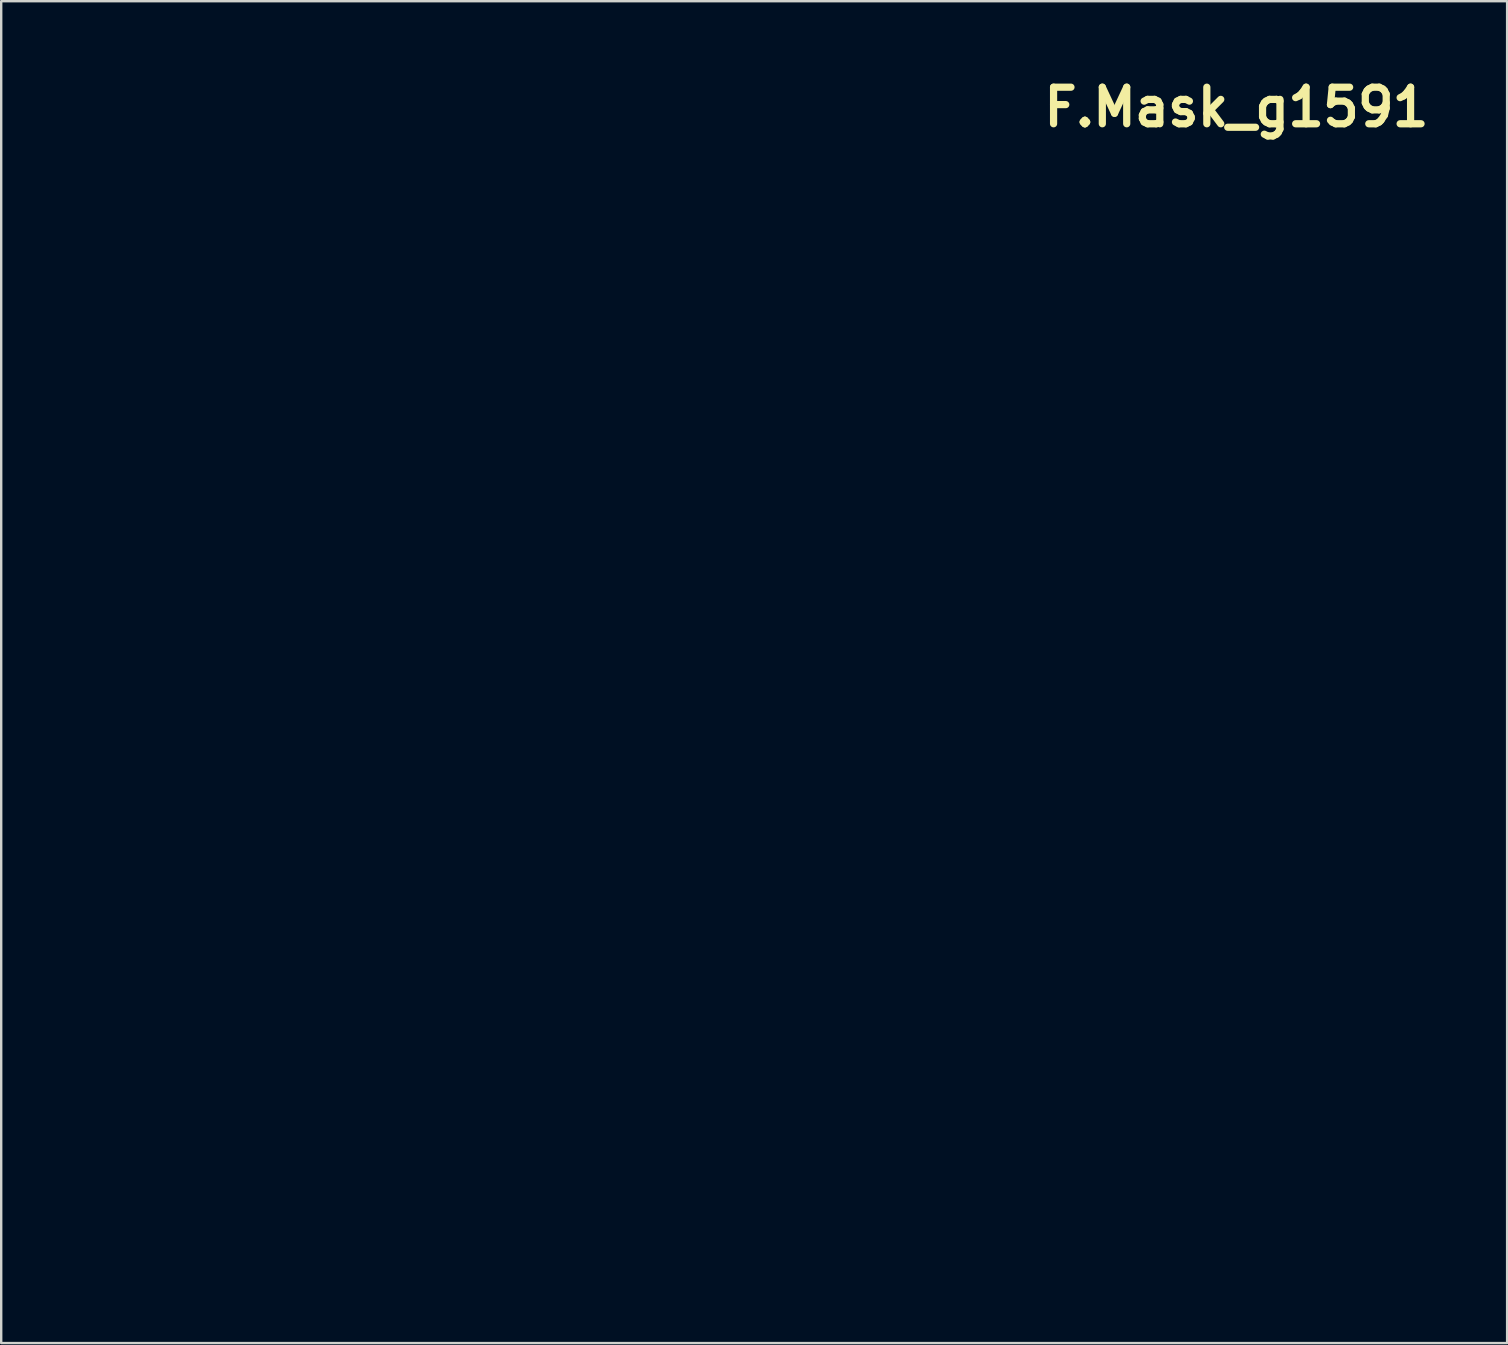
<source format=kicad_pcb>
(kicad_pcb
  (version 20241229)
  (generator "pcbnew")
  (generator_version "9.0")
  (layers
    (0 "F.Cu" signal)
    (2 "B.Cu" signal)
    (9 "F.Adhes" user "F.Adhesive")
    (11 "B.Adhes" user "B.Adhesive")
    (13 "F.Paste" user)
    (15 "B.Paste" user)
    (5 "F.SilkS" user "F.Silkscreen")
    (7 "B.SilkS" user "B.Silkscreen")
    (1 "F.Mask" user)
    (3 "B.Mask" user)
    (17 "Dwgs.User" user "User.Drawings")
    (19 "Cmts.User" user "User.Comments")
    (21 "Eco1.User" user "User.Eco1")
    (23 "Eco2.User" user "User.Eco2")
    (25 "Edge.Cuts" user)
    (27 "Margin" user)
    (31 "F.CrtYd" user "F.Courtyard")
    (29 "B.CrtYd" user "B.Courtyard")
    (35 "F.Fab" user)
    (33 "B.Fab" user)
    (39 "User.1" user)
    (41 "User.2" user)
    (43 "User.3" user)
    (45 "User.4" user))
  (footprint "F.Mask_g1591"
    (layer "F.Cu")
    (at 48.473 1.418)
    (property "Reference" "F.Mask_g1591" (at 0 0 0) (layer "F.SilkS") (effects (font (size 1.524 1.524) (thickness 0.3))))
    (attr through_hole)
    (fp_poly (pts (xy -19.891 12.311) (xy -19.627 12.415) (xy -19.4 12.592) (xy -19.218 12.836) (xy -19.169 12.933) (xy -19.071 13.145) (xy -19.05 15.976) (xy -19.029 18.807) (xy -17.765 17.436) (xy -17.491 17.14) (xy -17.225 16.856) (xy -16.975 16.59) (xy -16.748 16.352) (xy -16.552 16.149) (xy -16.394 15.989) (xy -16.282 15.879) (xy -16.242 15.842) (xy -16.031 15.682) (xy -15.835 15.586) (xy -15.624 15.545) (xy -15.376 15.548) (xy -15.096 15.608) (xy -14.864 15.733) (xy -14.687 15.919) (xy -14.572 16.157) (xy -14.528 16.403) (xy -14.528 16.568) (xy -14.553 16.726) (xy -14.607 16.885) (xy -14.697 17.054) (xy -14.828 17.239) (xy -15.005 17.45) (xy -15.233 17.692) (xy -15.517 17.975) (xy -15.76 18.208) (xy -15.958 18.397) (xy -16.133 18.567) (xy -16.276 18.708) (xy -16.379 18.812) (xy -16.433 18.871) (xy -16.439 18.881) (xy -16.416 18.92) (xy -16.353 19.024) (xy -16.254 19.187) (xy -16.123 19.401) (xy -15.965 19.659) (xy -15.783 19.956) (xy -15.583 20.283) (xy -15.367 20.633) (xy -15.311 20.724) (xy -15.025 21.19) (xy -14.78 21.589) (xy -14.573 21.928) (xy -14.4 22.213) (xy -14.259 22.45) (xy -14.147 22.646) (xy -14.059 22.805) (xy -13.994 22.934) (xy -13.948 23.04) (xy -13.917 23.128) (xy -13.898 23.204) (xy -13.889 23.274) (xy -13.886 23.345) (xy -13.886 23.421) (xy -13.886 23.424) (xy -13.922 23.739) (xy -14.023 24.011) (xy -14.183 24.235) (xy -14.391 24.403) (xy -14.64 24.508) (xy -14.922 24.543) (xy -15.155 24.517) (xy -15.307 24.476) (xy -15.44 24.422) (xy -15.494 24.391) (xy -15.566 24.327) (xy -15.655 24.225) (xy -15.765 24.08) (xy -15.897 23.889) (xy -16.055 23.647) (xy -16.242 23.349) (xy -16.46 22.991) (xy -16.714 22.568) (xy -17.005 22.076) (xy -17.024 22.045) (xy -17.221 21.711) (xy -17.405 21.401) (xy -17.571 21.122) (xy -17.716 20.881) (xy -17.835 20.686) (xy -17.923 20.545) (xy -17.976 20.464) (xy -17.989 20.447) (xy -18.026 20.476) (xy -18.111 20.555) (xy -18.236 20.675) (xy -18.39 20.826) (xy -18.53 20.966) (xy -19.046 21.484) (xy -19.059 22.585) (xy -19.063 22.92) (xy -19.067 23.181) (xy -19.073 23.381) (xy -19.081 23.53) (xy -19.092 23.639) (xy -19.108 23.721) (xy -19.128 23.786) (xy -19.155 23.846) (xy -19.171 23.876) (xy -19.354 24.147) (xy -19.579 24.351) (xy -19.837 24.484) (xy -20.119 24.542) (xy -20.416 24.521) (xy -20.544 24.488) (xy -20.772 24.372) (xy -20.972 24.187) (xy -21.13 23.944) (xy -21.172 23.849) (xy -21.273 23.601) (xy -21.285 18.711) (xy -21.286 17.893) (xy -21.287 17.137) (xy -21.287 16.444) (xy -21.286 15.816) (xy -21.284 15.257) (xy -21.281 14.769) (xy -21.277 14.354) (xy -21.273 14.014) (xy -21.267 13.751) (xy -21.261 13.569) (xy -21.254 13.471) (xy -21.181 13.101) (xy -21.059 12.799) (xy -20.889 12.567) (xy -20.67 12.405) (xy -20.493 12.333) (xy -20.182 12.282) (xy -19.891 12.311)) (stroke (width 0.01) (type solid)) (fill yes) (layer "F.Mask"))
    (fp_poly (pts (xy -15.198 25.485) (xy -14.901 25.485) (xy -14.901 38.227) (xy -16.425 38.227) (xy -16.824 38.227) (xy -17.147 38.226) (xy -17.401 38.225) (xy -17.595 38.221) (xy -17.737 38.216) (xy -17.835 38.209) (xy -17.897 38.199) (xy -17.931 38.186) (xy -17.946 38.168) (xy -17.949 38.147) (xy -17.949 38.142) (xy -17.956 38.1) (xy -17.989 38.075) (xy -18.064 38.062) (xy -18.199 38.058) (xy -18.288 38.058) (xy -18.627 38.058) (xy -18.627 32.491) (xy -18.076 32.491) (xy -18.076 33.254) (xy -18.076 33.938) (xy -18.075 34.545) (xy -18.074 35.081) (xy -18.073 35.549) (xy -18.071 35.955) (xy -18.069 36.302) (xy -18.066 36.594) (xy -18.063 36.837) (xy -18.059 37.035) (xy -18.054 37.191) (xy -18.049 37.31) (xy -18.042 37.397) (xy -18.035 37.455) (xy -18.027 37.49) (xy -18.018 37.506) (xy -18.013 37.507) (xy -18.003 37.5) (xy -17.995 37.476) (xy -17.987 37.43) (xy -17.98 37.358) (xy -17.974 37.256) (xy -17.969 37.119) (xy -17.965 36.943) (xy -17.961 36.724) (xy -17.958 36.457) (xy -17.955 36.138) (xy -17.953 35.763) (xy -17.952 35.327) (xy -17.951 34.826) (xy -17.95 34.255) (xy -17.95 33.611) (xy -17.949 32.889) (xy -17.949 32.491) (xy -17.949 31.727) (xy -17.95 31.044) (xy -17.95 30.437) (xy -17.951 29.901) (xy -17.953 29.432) (xy -17.954 29.027) (xy -17.956 28.68) (xy -17.959 28.387) (xy -17.963 28.144) (xy -17.967 27.947) (xy -17.971 27.791) (xy -17.977 27.672) (xy -17.983 27.585) (xy -17.99 27.526) (xy -17.999 27.491) (xy -18.008 27.476) (xy -18.013 27.474) (xy -18.022 27.482) (xy -18.031 27.506) (xy -18.039 27.552) (xy -18.046 27.624) (xy -18.052 27.726) (xy -18.057 27.863) (xy -18.061 28.039) (xy -18.065 28.258) (xy -18.068 28.525) (xy -18.07 28.844) (xy -18.072 29.219) (xy -18.074 29.655) (xy -18.075 30.156) (xy -18.076 30.726) (xy -18.076 31.371) (xy -18.076 32.093) (xy -18.076 32.491) (xy -18.627 32.491) (xy -18.627 27.505) (xy -19.071 27.532) (xy -19.326 27.547) (xy -19.614 27.565) (xy -19.885 27.581) (xy -19.96 27.586) (xy -20.158 27.597) (xy -20.286 27.601) (xy -20.36 27.595) (xy -20.394 27.577) (xy -20.404 27.544) (xy -20.405 27.518) (xy -20.408 27.471) (xy -20.431 27.445) (xy -20.49 27.436) (xy -20.603 27.441) (xy -20.743 27.453) (xy -21.082 27.483) (xy -21.082 26.693) (xy -20.526 26.693) (xy -20.522 26.805) (xy -20.506 26.862) (xy -20.478 26.881) (xy -20.47 26.882) (xy -20.436 26.867) (xy -20.416 26.811) (xy -20.407 26.7) (xy -20.405 26.55) (xy -20.405 26.218) (xy -18.785 25.862) (xy -18.359 25.768) (xy -18.013 25.689) (xy -17.741 25.625) (xy -17.541 25.575) (xy -17.409 25.538) (xy -17.341 25.513) (xy -17.333 25.499) (xy -17.357 25.496) (xy -17.452 25.503) (xy -17.623 25.528) (xy -17.862 25.571) (xy -18.162 25.63) (xy -18.517 25.703) (xy -18.918 25.79) (xy -19.029 25.814) (xy -20.511 26.143) (xy -20.523 26.512) (xy -20.526 26.693) (xy -21.082 26.693) (xy -21.082 25.706) (xy -20.978 25.679) (xy -20.915 25.665) (xy -20.778 25.634) (xy -20.578 25.589) (xy -20.324 25.533) (xy -20.026 25.467) (xy -19.692 25.393) (xy -19.334 25.314) (xy -19.243 25.294) (xy -17.611 24.934) (xy -15.198 24.934) (xy -15.198 25.485)) (stroke (width 0.01) (type solid)) (fill yes) (layer "F.Mask"))
    (fp_poly (pts (xy -26.378 15.324) (xy -25.802 15.389) (xy -25.297 15.496) (xy -24.858 15.648) (xy -24.484 15.847) (xy -24.17 16.096) (xy -23.913 16.397) (xy -23.71 16.751) (xy -23.561 17.145) (xy -23.516 17.306) (xy -23.479 17.469) (xy -23.448 17.644) (xy -23.423 17.84) (xy -23.404 18.066) (xy -23.389 18.33) (xy -23.379 18.643) (xy -23.373 19.012) (xy -23.369 19.449) (xy -23.368 19.96) (xy -23.368 19.968) (xy -23.367 20.381) (xy -23.364 20.773) (xy -23.359 21.133) (xy -23.353 21.451) (xy -23.345 21.718) (xy -23.336 21.922) (xy -23.326 22.054) (xy -23.324 22.072) (xy -23.296 22.236) (xy -23.252 22.455) (xy -23.198 22.701) (xy -23.139 22.947) (xy -23.133 22.971) (xy -23.062 23.269) (xy -23.016 23.502) (xy -22.996 23.686) (xy -22.999 23.834) (xy -23.026 23.962) (xy -23.066 24.067) (xy -23.217 24.308) (xy -23.421 24.496) (xy -23.661 24.624) (xy -23.923 24.685) (xy -24.192 24.672) (xy -24.307 24.642) (xy -24.434 24.573) (xy -24.588 24.445) (xy -24.756 24.276) (xy -24.922 24.08) (xy -25.071 23.872) (xy -25.133 23.772) (xy -25.214 23.64) (xy -25.279 23.542) (xy -25.317 23.497) (xy -25.32 23.496) (xy -25.365 23.52) (xy -25.452 23.581) (xy -25.511 23.627) (xy -25.825 23.861) (xy -26.163 24.081) (xy -26.502 24.274) (xy -26.823 24.429) (xy -27.072 24.524) (xy -27.493 24.626) (xy -27.954 24.683) (xy -28.424 24.691) (xy -28.648 24.676) (xy -29.109 24.595) (xy -29.53 24.442) (xy -29.863 24.253) (xy -30.218 23.967) (xy -30.509 23.629) (xy -30.732 23.244) (xy -30.885 22.817) (xy -30.966 22.355) (xy -30.974 21.9) (xy -30.96 21.794) (xy -28.783 21.794) (xy -28.773 22.078) (xy -28.688 22.365) (xy -28.552 22.608) (xy -28.361 22.813) (xy -28.115 22.96) (xy -27.826 23.046) (xy -27.503 23.07) (xy -27.159 23.027) (xy -27.078 23.008) (xy -26.674 22.864) (xy -26.322 22.653) (xy -26.11 22.472) (xy -25.94 22.285) (xy -25.805 22.081) (xy -25.699 21.848) (xy -25.619 21.574) (xy -25.561 21.247) (xy -25.521 20.854) (xy -25.507 20.649) (xy -25.479 20.153) (xy -25.725 20.239) (xy -25.838 20.274) (xy -26.017 20.326) (xy -26.247 20.389) (xy -26.514 20.461) (xy -26.8 20.536) (xy -26.945 20.573) (xy -27.285 20.659) (xy -27.553 20.729) (xy -27.761 20.786) (xy -27.921 20.834) (xy -28.042 20.876) (xy -28.136 20.917) (xy -28.215 20.96) (xy -28.288 21.009) (xy -28.368 21.069) (xy -28.373 21.073) (xy -28.582 21.28) (xy -28.718 21.524) (xy -28.783 21.794) (xy -30.96 21.794) (xy -30.912 21.425) (xy -30.78 20.996) (xy -30.576 20.612) (xy -30.3 20.272) (xy -29.95 19.973) (xy -29.832 19.893) (xy -29.7 19.814) (xy -29.553 19.742) (xy -29.38 19.672) (xy -29.169 19.602) (xy -28.912 19.528) (xy -28.598 19.447) (xy -28.215 19.355) (xy -28.003 19.306) (xy -27.669 19.227) (xy -27.302 19.137) (xy -26.931 19.043) (xy -26.585 18.952) (xy -26.3 18.874) (xy -25.527 18.655) (xy -25.528 18.461) (xy -25.546 18.244) (xy -25.594 17.996) (xy -25.662 17.756) (xy -25.737 17.571) (xy -25.884 17.368) (xy -26.088 17.203) (xy -26.325 17.096) (xy -26.325 17.096) (xy -26.504 17.062) (xy -26.739 17.043) (xy -27.004 17.038) (xy -27.272 17.047) (xy -27.519 17.07) (xy -27.716 17.105) (xy -27.771 17.121) (xy -27.974 17.201) (xy -28.153 17.302) (xy -28.318 17.432) (xy -28.481 17.604) (xy -28.652 17.827) (xy -28.841 18.113) (xy -28.931 18.257) (xy -29.062 18.461) (xy -29.171 18.603) (xy -29.276 18.692) (xy -29.393 18.741) (xy -29.541 18.761) (xy -29.689 18.764) (xy -29.98 18.731) (xy -30.219 18.631) (xy -30.403 18.469) (xy -30.53 18.247) (xy -30.597 17.966) (xy -30.607 17.78) (xy -30.566 17.388) (xy -30.445 17.013) (xy -30.248 16.66) (xy -29.979 16.336) (xy -29.643 16.047) (xy -29.243 15.796) (xy -29.152 15.75) (xy -28.648 15.545) (xy -28.093 15.402) (xy -27.485 15.322) (xy -26.823 15.304) (xy -26.378 15.324)) (stroke (width 0.01) (type solid)) (fill yes) (layer "F.Mask"))
    (fp_poly (pts (xy -22.056 25.739) (xy -21.789 25.739) (xy -21.815 26.786) (xy -21.836 27.366) (xy -21.87 27.878) (xy -21.92 28.338) (xy -21.989 28.763) (xy -22.08 29.168) (xy -22.196 29.57) (xy -22.339 29.985) (xy -22.415 30.186) (xy -22.548 30.521) (xy -22.661 30.791) (xy -22.765 31.01) (xy -22.869 31.192) (xy -22.984 31.353) (xy -23.118 31.507) (xy -23.283 31.669) (xy -23.486 31.852) (xy -23.601 31.952) (xy -23.915 32.233) (xy -24.169 32.482) (xy -24.374 32.709) (xy -24.539 32.928) (xy -24.675 33.151) (xy -24.717 33.23) (xy -24.905 33.644) (xy -25.046 34.072) (xy -25.143 34.531) (xy -25.201 35.039) (xy -25.219 35.348) (xy -25.225 35.681) (xy -25.216 36.01) (xy -25.192 36.348) (xy -25.149 36.708) (xy -25.086 37.106) (xy -25.002 37.553) (xy -24.895 38.063) (xy -24.861 38.216) (xy -24.84 38.312) (xy -27.982 38.312) (xy -27.982 38.206) (xy -27.986 38.152) (xy -28.01 38.12) (xy -28.073 38.105) (xy -28.191 38.1) (xy -28.295 38.1) (xy -28.609 38.1) (xy -28.656 37.831) (xy -28.789 36.926) (xy -28.865 36.072) (xy -28.88 35.455) (xy -28.331 35.455) (xy -28.3 36.167) (xy -28.223 36.944) (xy -28.169 37.349) (xy -28.147 37.466) (xy -28.124 37.538) (xy -28.113 37.55) (xy -28.106 37.511) (xy -28.11 37.405) (xy -28.123 37.249) (xy -28.14 37.095) (xy -28.168 36.788) (xy -28.186 36.43) (xy -28.196 36.044) (xy -28.196 35.651) (xy -28.186 35.271) (xy -28.168 34.927) (xy -28.141 34.64) (xy -28.131 34.573) (xy -27.993 33.898) (xy -27.787 33.27) (xy -27.512 32.686) (xy -27.266 32.284) (xy -27.172 32.158) (xy -27.031 31.986) (xy -26.854 31.78) (xy -26.653 31.554) (xy -26.44 31.321) (xy -26.33 31.204) (xy -25.936 30.785) (xy -25.6 30.415) (xy -25.318 30.087) (xy -25.083 29.792) (xy -24.893 29.523) (xy -24.741 29.273) (xy -24.623 29.033) (xy -24.534 28.795) (xy -24.47 28.552) (xy -24.426 28.297) (xy -24.398 28.045) (xy -24.386 27.881) (xy -24.385 27.786) (xy -24.399 27.741) (xy -24.429 27.732) (xy -24.449 27.735) (xy -24.493 27.761) (xy -24.528 27.829) (xy -24.56 27.957) (xy -24.582 28.08) (xy -24.638 28.349) (xy -24.715 28.608) (xy -24.819 28.864) (xy -24.954 29.125) (xy -25.125 29.399) (xy -25.337 29.692) (xy -25.596 30.012) (xy -25.906 30.367) (xy -26.272 30.763) (xy -26.568 31.075) (xy -26.862 31.387) (xy -27.104 31.656) (xy -27.302 31.897) (xy -27.467 32.122) (xy -27.61 32.345) (xy -27.74 32.579) (xy -27.787 32.67) (xy -27.99 33.141) (xy -28.146 33.65) (xy -28.254 34.201) (xy -28.316 34.801) (xy -28.331 35.455) (xy -28.88 35.455) (xy -28.885 35.273) (xy -28.847 34.528) (xy -28.752 33.842) (xy -28.601 33.216) (xy -28.528 32.991) (xy -28.401 32.657) (xy -28.264 32.354) (xy -28.108 32.067) (xy -27.925 31.784) (xy -27.707 31.494) (xy -27.443 31.182) (xy -27.127 30.837) (xy -26.938 30.64) (xy -26.553 30.235) (xy -26.226 29.879) (xy -25.954 29.563) (xy -25.731 29.28) (xy -25.552 29.022) (xy -25.413 28.784) (xy -25.308 28.556) (xy -25.233 28.332) (xy -25.182 28.103) (xy -25.161 27.956) (xy -25.134 27.728) (xy -27.215 27.728) (xy -27.687 27.728) (xy -28.083 27.728) (xy -28.407 27.727) (xy -28.668 27.725) (xy -28.872 27.722) (xy -29.026 27.717) (xy -29.137 27.711) (xy -29.212 27.703) (xy -29.259 27.692) (xy -29.283 27.679) (xy -29.293 27.662) (xy -29.295 27.644) (xy -29.302 27.601) (xy -29.334 27.576) (xy -29.409 27.564) (xy -29.544 27.559) (xy -29.633 27.559) (xy -29.972 27.559) (xy -29.972 25.654) (xy -29.422 25.654) (xy -29.422 26.331) (xy -29.421 26.589) (xy -29.417 26.774) (xy -29.409 26.896) (xy -29.396 26.969) (xy -29.378 27.002) (xy -29.358 27.009) (xy -29.333 26.997) (xy -29.316 26.955) (xy -29.304 26.87) (xy -29.298 26.73) (xy -29.295 26.525) (xy -29.295 26.374) (xy -29.295 25.739) (xy -25.95 25.739) (xy -25.256 25.738) (xy -24.641 25.737) (xy -24.105 25.734) (xy -23.65 25.73) (xy -23.276 25.725) (xy -22.984 25.72) (xy -22.774 25.713) (xy -22.648 25.705) (xy -22.606 25.696) (xy -22.606 25.696) (xy -22.648 25.688) (xy -22.774 25.68) (xy -22.984 25.673) (xy -23.276 25.667) (xy -23.65 25.663) (xy -24.105 25.659) (xy -24.641 25.656) (xy -25.257 25.655) (xy -25.952 25.654) (xy -26.014 25.654) (xy -29.422 25.654) (xy -29.972 25.654) (xy -29.972 25.104) (xy -22.056 25.104) (xy -22.056 25.739)) (stroke (width 0.01) (type solid)) (fill yes) (layer "F.Mask"))
    (fp_poly (pts (xy -27.766 2.081) (xy -26.81 2.082) (xy -25.771 2.083) (xy -24.871 2.085) (xy -23.923 2.087) (xy -23.056 2.088) (xy -22.265 2.09) (xy -21.548 2.092) (xy -20.899 2.093) (xy -20.316 2.095) (xy -19.794 2.097) (xy -19.328 2.099) (xy -18.916 2.102) (xy -18.554 2.104) (xy -18.237 2.108) (xy -17.961 2.111) (xy -17.723 2.115) (xy -17.518 2.119) (xy -17.343 2.124) (xy -17.194 2.13) (xy -17.067 2.136) (xy -16.958 2.143) (xy -16.863 2.15) (xy -16.778 2.159) (xy -16.699 2.168) (xy -16.622 2.178) (xy -16.543 2.189) (xy -16.531 2.191) (xy -15.49 2.367) (xy -14.506 2.589) (xy -13.563 2.86) (xy -12.644 3.187) (xy -11.938 3.479) (xy -10.891 3.986) (xy -9.885 4.566) (xy -8.922 5.214) (xy -8.007 5.927) (xy -7.143 6.7) (xy -6.336 7.531) (xy -5.589 8.416) (xy -4.905 9.349) (xy -4.29 10.329) (xy -3.855 11.131) (xy -3.396 12.108) (xy -3.008 13.079) (xy -2.689 14.061) (xy -2.432 15.07) (xy -2.234 16.12) (xy -2.13 16.87) (xy -2.12 16.952) (xy -2.112 17.038) (xy -2.104 17.131) (xy -2.097 17.236) (xy -2.09 17.357) (xy -2.085 17.496) (xy -2.079 17.659) (xy -2.075 17.849) (xy -2.071 18.07) (xy -2.067 18.326) (xy -2.064 18.621) (xy -2.062 18.958) (xy -2.06 19.342) (xy -2.058 19.777) (xy -2.057 20.266) (xy -2.055 20.813) (xy -2.055 21.422) (xy -2.054 22.098) (xy -2.054 22.843) (xy -2.053 23.663) (xy -2.053 24.56) (xy -2.053 25.294) (xy -2.053 26.269) (xy -2.053 27.164) (xy -2.053 27.982) (xy -2.053 28.727) (xy -2.054 29.404) (xy -2.055 30.017) (xy -2.057 30.569) (xy -2.059 31.066) (xy -2.062 31.51) (xy -2.066 31.906) (xy -2.071 32.257) (xy -2.077 32.569) (xy -2.084 32.845) (xy -2.092 33.09) (xy -2.102 33.306) (xy -2.114 33.499) (xy -2.127 33.672) (xy -2.141 33.829) (xy -2.158 33.975) (xy -2.177 34.114) (xy -2.197 34.249) (xy -2.22 34.385) (xy -2.246 34.525) (xy -2.273 34.675) (xy -2.303 34.837) (xy -2.312 34.883) (xy -2.567 36.043) (xy -2.901 37.172) (xy -3.312 38.268) (xy -3.796 39.328) (xy -4.354 40.349) (xy -4.982 41.327) (xy -5.679 42.261) (xy -6.443 43.147) (xy -7.272 43.983) (xy -8.164 44.764) (xy -9.118 45.49) (xy -9.186 45.538) (xy -10.128 46.147) (xy -11.121 46.695) (xy -12.155 47.176) (xy -13.221 47.588) (xy -14.307 47.924) (xy -15.404 48.183) (xy -15.828 48.26) (xy -15.991 48.288) (xy -16.14 48.313) (xy -16.28 48.336) (xy -16.415 48.357) (xy -16.55 48.376) (xy -16.687 48.393) (xy -16.833 48.408) (xy -16.99 48.421) (xy -17.164 48.433) (xy -17.358 48.443) (xy -17.576 48.452) (xy -17.823 48.46) (xy -18.102 48.466) (xy -18.419 48.472) (xy -18.776 48.476) (xy -19.179 48.48) (xy -19.632 48.483) (xy -20.138 48.485) (xy -20.702 48.487) (xy -21.329 48.489) (xy -22.021 48.49) (xy -22.784 48.491) (xy -23.622 48.491) (xy -24.539 48.492) (xy -24.913 48.493) (xy -25.705 48.493) (xy -26.477 48.494) (xy -27.224 48.494) (xy -27.942 48.494) (xy -28.626 48.494) (xy -29.272 48.494) (xy -29.875 48.494) (xy -30.431 48.493) (xy -30.935 48.493) (xy -31.383 48.492) (xy -31.77 48.491) (xy -32.093 48.49) (xy -32.345 48.489) (xy -32.524 48.488) (xy -32.623 48.487) (xy -32.639 48.486) (xy -33.778 48.391) (xy -34.915 48.215) (xy -36.041 47.961) (xy -37.147 47.632) (xy -38.226 47.23) (xy -39.267 46.759) (xy -39.785 46.479) (xy -18.627 46.479) (xy -18.589 46.478) (xy -18.501 46.46) (xy -18.354 46.425) (xy -18.139 46.37) (xy -17.993 46.331) (xy -16.802 45.973) (xy -15.634 45.535) (xy -14.494 45.021) (xy -13.387 44.432) (xy -12.32 43.772) (xy -11.297 43.044) (xy -10.325 42.251) (xy -10.277 42.209) (xy -9.37 41.362) (xy -8.492 40.442) (xy -7.647 39.455) (xy -6.841 38.41) (xy -6.078 37.314) (xy -5.365 36.174) (xy -4.705 34.999) (xy -4.106 33.795) (xy -3.572 32.571) (xy -3.509 32.416) (xy -3.421 32.188) (xy -3.325 31.93) (xy -3.227 31.658) (xy -3.134 31.389) (xy -3.05 31.141) (xy -2.982 30.929) (xy -2.936 30.772) (xy -2.923 30.723) (xy -2.888 30.565) (xy -3.935 30.565) (xy -3.962 30.681) (xy -4.103 31.249) (xy -4.267 31.805) (xy -4.46 32.363) (xy -4.686 32.94) (xy -4.953 33.551) (xy -5.265 34.21) (xy -5.314 34.311) (xy -5.988 35.585) (xy -6.737 36.826) (xy -7.563 38.039) (xy -7.878 38.466) (xy -8.729 39.528) (xy -9.651 40.546) (xy -10.639 41.517) (xy -11.69 42.438) (xy -12.801 43.304) (xy -13.967 44.114) (xy -15.185 44.863) (xy -15.239 44.894) (xy -15.531 45.06) (xy -15.795 45.204) (xy -16.047 45.336) (xy -16.302 45.462) (xy -16.578 45.59) (xy -16.888 45.728) (xy -17.25 45.883) (xy -17.57 46.018) (xy -17.847 46.134) (xy -18.097 46.239) (xy -18.31 46.329) (xy -18.475 46.4) (xy -18.583 46.447) (xy -18.623 46.466) (xy -18.627 46.479) (xy -39.785 46.479) (xy -40.264 46.22) (xy -40.437 46.117) (xy -41.424 45.469) (xy -42.36 44.756) (xy -43.241 43.981) (xy -44.065 43.148) (xy -44.828 42.261) (xy -45.527 41.322) (xy -46.16 40.337) (xy -46.722 39.308) (xy -47.211 38.239) (xy -47.276 38.079) (xy -47.6 37.207) (xy -47.872 36.326) (xy -48.095 35.416) (xy -48.277 34.458) (xy -48.355 33.944) (xy -48.366 33.863) (xy -48.376 33.783) (xy -48.385 33.702) (xy -48.394 33.614) (xy -48.402 33.517) (xy -48.409 33.406) (xy -48.415 33.277) (xy -48.421 33.127) (xy -48.426 32.951) (xy -48.43 32.745) (xy -48.434 32.505) (xy -48.438 32.228) (xy -48.441 31.91) (xy -48.443 31.545) (xy -48.446 31.132) (xy -48.448 30.664) (xy -48.45 30.14) (xy -48.452 29.554) (xy -48.454 28.902) (xy -48.456 28.182) (xy -48.458 27.388) (xy -48.46 26.516) (xy -48.461 25.696) (xy -48.462 25.416) (xy -45.531 25.416) (xy -45.528 25.851) (xy -45.52 26.26) (xy -45.508 26.626) (xy -45.49 26.936) (xy -45.474 27.114) (xy -45.288 28.47) (xy -45.029 29.784) (xy -44.696 31.057) (xy -44.289 32.291) (xy -43.806 33.488) (xy -43.247 34.65) (xy -42.612 35.779) (xy -41.899 36.875) (xy -41.108 37.942) (xy -40.792 38.333) (xy -40.576 38.584) (xy -40.308 38.877) (xy -40.004 39.198) (xy -39.675 39.535) (xy -39.337 39.872) (xy -39.001 40.198) (xy -38.681 40.498) (xy -38.392 40.759) (xy -38.179 40.941) (xy -37.128 41.753) (xy -36.035 42.494) (xy -34.904 43.16) (xy -33.739 43.752) (xy -32.542 44.268) (xy -31.317 44.706) (xy -30.067 45.065) (xy -28.795 45.345) (xy -27.505 45.543) (xy -26.352 45.649) (xy -26.136 45.659) (xy -25.856 45.665) (xy -25.529 45.669) (xy -25.175 45.67) (xy -24.812 45.667) (xy -24.46 45.663) (xy -24.137 45.655) (xy -23.862 45.646) (xy -23.662 45.634) (xy -22.327 45.49) (xy -21.018 45.266) (xy -19.736 44.961) (xy -18.483 44.578) (xy -17.261 44.116) (xy -16.071 43.577) (xy -14.915 42.96) (xy -13.794 42.266) (xy -12.709 41.497) (xy -11.894 40.848) (xy -11.611 40.602) (xy -11.29 40.309) (xy -10.95 39.985) (xy -10.605 39.648) (xy -10.274 39.312) (xy -9.972 38.994) (xy -9.716 38.712) (xy -9.681 38.672) (xy -9.316 38.248) (xy -10.394 38.237) (xy -10.724 38.233) (xy -10.978 38.229) (xy -11.167 38.224) (xy -11.301 38.218) (xy -11.388 38.208) (xy -11.44 38.195) (xy -11.464 38.177) (xy -11.472 38.154) (xy -11.472 38.142) (xy -11.48 38.098) (xy -11.515 38.073) (xy -11.595 38.061) (xy -11.738 38.058) (xy -11.785 38.058) (xy -12.099 38.058) (xy -12.143 37.793) (xy -12.275 36.891) (xy -12.352 36.052) (xy -12.373 35.348) (xy -11.816 35.348) (xy -11.811 35.631) (xy -11.8 35.931) (xy -11.781 36.234) (xy -11.758 36.531) (xy -11.731 36.808) (xy -11.701 37.055) (xy -11.669 37.26) (xy -11.637 37.41) (xy -11.607 37.494) (xy -11.59 37.507) (xy -11.571 37.471) (xy -11.574 37.383) (xy -11.576 37.37) (xy -11.627 36.993) (xy -11.663 36.563) (xy -11.684 36.104) (xy -11.69 35.638) (xy -11.681 35.19) (xy -11.655 34.782) (xy -11.621 34.489) (xy -11.534 34) (xy -11.422 33.556) (xy -11.278 33.143) (xy -11.095 32.75) (xy -10.868 32.364) (xy -10.589 31.973) (xy -10.252 31.565) (xy -9.851 31.126) (xy -9.776 31.048) (xy -9.389 30.641) (xy -9.06 30.281) (xy -8.785 29.959) (xy -8.558 29.669) (xy -8.374 29.402) (xy -8.227 29.151) (xy -8.113 28.906) (xy -8.025 28.66) (xy -7.958 28.405) (xy -7.935 28.294) (xy -7.892 28.03) (xy -7.875 27.83) (xy -7.885 27.7) (xy -7.922 27.645) (xy -7.933 27.644) (xy -7.999 27.682) (xy -8.037 27.788) (xy -8.043 27.873) (xy -8.06 28.015) (xy -8.104 28.21) (xy -8.17 28.432) (xy -8.248 28.657) (xy -8.332 28.861) (xy -8.362 28.924) (xy -8.49 29.155) (xy -8.656 29.406) (xy -8.866 29.684) (xy -9.123 29.995) (xy -9.434 30.347) (xy -9.805 30.746) (xy -9.857 30.801) (xy -10.077 31.036) (xy -10.292 31.27) (xy -10.49 31.491) (xy -10.66 31.686) (xy -10.79 31.841) (xy -10.847 31.913) (xy -11.149 32.372) (xy -11.393 32.865) (xy -11.579 33.397) (xy -11.71 33.977) (xy -11.789 34.611) (xy -11.816 35.306) (xy -11.816 35.348) (xy -12.373 35.348) (xy -12.375 35.272) (xy -12.344 34.548) (xy -12.258 33.877) (xy -12.117 33.256) (xy -11.921 32.683) (xy -11.758 32.322) (xy -11.625 32.072) (xy -11.48 31.835) (xy -11.314 31.598) (xy -11.116 31.348) (xy -10.876 31.072) (xy -10.585 30.757) (xy -10.485 30.652) (xy -10.107 30.252) (xy -9.786 29.902) (xy -9.516 29.594) (xy -9.293 29.321) (xy -9.113 29.076) (xy -8.969 28.851) (xy -8.857 28.638) (xy -8.771 28.43) (xy -8.708 28.219) (xy -8.661 27.997) (xy -8.643 27.887) (xy -8.606 27.644) (xy -10.696 27.644) (xy -11.17 27.644) (xy -11.566 27.643) (xy -11.891 27.642) (xy -12.153 27.64) (xy -12.358 27.637) (xy -12.513 27.633) (xy -12.625 27.626) (xy -12.701 27.618) (xy -12.748 27.607) (xy -12.773 27.594) (xy -12.783 27.578) (xy -12.785 27.559) (xy -12.785 27.559) (xy -12.792 27.517) (xy -12.824 27.492) (xy -12.899 27.479) (xy -13.034 27.475) (xy -13.123 27.474) (xy -13.462 27.474) (xy -13.462 26.268) (xy -12.912 26.268) (xy -12.911 26.521) (xy -12.907 26.701) (xy -12.898 26.82) (xy -12.885 26.889) (xy -12.865 26.919) (xy -12.848 26.924) (xy -12.824 26.913) (xy -12.806 26.871) (xy -12.795 26.787) (xy -12.788 26.649) (xy -12.785 26.447) (xy -12.785 26.268) (xy -12.786 26.015) (xy -12.79 25.835) (xy -12.798 25.716) (xy -12.811 25.647) (xy -12.831 25.617) (xy -12.848 25.612) (xy -12.873 25.623) (xy -12.89 25.665) (xy -12.902 25.749) (xy -12.908 25.886) (xy -12.911 26.089) (xy -12.912 26.268) (xy -13.462 26.268) (xy -13.462 25.061) (xy -5.546 25.061) (xy -5.546 25.612) (xy -5.279 25.612) (xy -5.305 26.659) (xy -5.324 27.219) (xy -5.354 27.711) (xy -5.397 28.151) (xy -5.457 28.556) (xy -5.537 28.944) (xy -5.641 29.329) (xy -5.772 29.729) (xy -5.933 30.159) (xy -6.051 30.455) (xy -6.163 30.719) (xy -6.263 30.927) (xy -6.367 31.098) (xy -6.489 31.256) (xy -6.645 31.421) (xy -6.849 31.615) (xy -6.887 31.651) (xy -7.202 31.943) (xy -7.46 32.19) (xy -7.669 32.399) (xy -7.835 32.578) (xy -7.967 32.737) (xy -8.072 32.883) (xy -8.157 33.022) (xy -8.373 33.482) (xy -8.538 34) (xy -8.651 34.565) (xy -8.71 35.166) (xy -8.714 35.791) (xy -8.661 36.43) (xy -8.625 36.721) (xy -8.596 36.933) (xy -8.565 37.066) (xy -8.526 37.122) (xy -8.47 37.104) (xy -8.389 37.012) (xy -8.275 36.848) (xy -8.121 36.614) (xy -8.079 36.551) (xy -7.423 35.505) (xy -6.845 34.454) (xy -6.338 33.386) (xy -5.895 32.285) (xy -5.509 31.137) (xy -5.377 30.689) (xy -5.066 29.435) (xy -4.836 28.167) (xy -4.689 26.889) (xy -4.625 25.605) (xy -4.644 24.321) (xy -4.745 23.04) (xy -4.93 21.768) (xy -5.016 21.315) (xy -5.083 20.992) (xy -5.135 20.743) (xy -5.177 20.559) (xy -5.212 20.431) (xy -5.241 20.35) (xy -5.268 20.307) (xy -5.295 20.294) (xy -5.325 20.3) (xy -5.326 20.301) (xy -5.43 20.344) (xy -5.521 20.381) (xy -5.608 20.412) (xy -5.698 20.438) (xy -5.799 20.459) (xy -5.919 20.475) (xy -6.064 20.488) (xy -6.243 20.498) (xy -6.463 20.505) (xy -6.731 20.511) (xy -7.056 20.515) (xy -7.444 20.518) (xy -7.904 20.52) (xy -8.313 20.522) (xy -10.72 20.536) (xy -10.69 20.819) (xy -10.606 21.272) (xy -10.458 21.686) (xy -10.251 22.053) (xy -9.989 22.367) (xy -9.677 22.619) (xy -9.448 22.747) (xy -9.319 22.806) (xy -9.212 22.844) (xy -9.102 22.867) (xy -8.966 22.877) (xy -8.779 22.881) (xy -8.678 22.881) (xy -8.441 22.877) (xy -8.264 22.865) (xy -8.121 22.842) (xy -7.988 22.803) (xy -7.938 22.785) (xy -7.685 22.67) (xy -7.416 22.504) (xy -7.122 22.281) (xy -6.795 21.995) (xy -6.655 21.864) (xy -6.484 21.705) (xy -6.325 21.566) (xy -6.193 21.457) (xy -6.101 21.392) (xy -6.077 21.379) (xy -5.88 21.339) (xy -5.651 21.343) (xy -5.43 21.391) (xy -5.332 21.431) (xy -5.146 21.567) (xy -5.024 21.749) (xy -4.964 21.968) (xy -4.966 22.217) (xy -5.027 22.487) (xy -5.147 22.77) (xy -5.324 23.057) (xy -5.558 23.34) (xy -5.627 23.411) (xy -6.014 23.748) (xy -6.434 24.02) (xy -6.895 24.229) (xy -7.404 24.377) (xy -7.967 24.468) (xy -8.416 24.499) (xy -9.024 24.499) (xy -9.572 24.45) (xy -10.071 24.349) (xy -10.532 24.195) (xy -10.966 23.984) (xy -11.182 23.854) (xy -11.604 23.531) (xy -11.981 23.143) (xy -12.305 22.697) (xy -12.572 22.203) (xy -12.773 21.669) (xy -12.781 21.643) (xy -12.896 21.153) (xy -12.968 20.613) (xy -12.999 20.045) (xy -12.986 19.473) (xy -12.952 19.135) (xy -10.712 19.135) (xy -7.018 19.135) (xy -7.048 18.891) (xy -7.135 18.453) (xy -7.28 18.06) (xy -7.477 17.72) (xy -7.724 17.438) (xy -8.014 17.221) (xy -8.286 17.096) (xy -8.556 17.034) (xy -8.863 17.017) (xy -9.175 17.044) (xy -9.46 17.113) (xy -9.58 17.162) (xy -9.867 17.344) (xy -10.124 17.594) (xy -10.337 17.897) (xy -10.386 17.99) (xy -10.447 18.12) (xy -10.499 18.252) (xy -10.547 18.404) (xy -10.595 18.592) (xy -10.649 18.835) (xy -10.692 19.039) (xy -10.712 19.135) (xy -12.952 19.135) (xy -12.93 18.921) (xy -12.831 18.41) (xy -12.826 18.392) (xy -12.637 17.803) (xy -12.387 17.273) (xy -12.079 16.802) (xy -11.714 16.393) (xy -11.295 16.047) (xy -10.826 15.767) (xy -10.307 15.553) (xy -9.742 15.409) (xy -9.133 15.336) (xy -8.789 15.326) (xy -8.317 15.344) (xy -7.897 15.399) (xy -7.505 15.493) (xy -7.334 15.548) (xy -7.189 15.595) (xy -7.081 15.625) (xy -7.029 15.632) (xy -7.027 15.63) (xy -7.048 15.577) (xy -7.107 15.465) (xy -7.196 15.305) (xy -7.309 15.109) (xy -7.438 14.889) (xy -7.577 14.658) (xy -7.718 14.428) (xy -7.854 14.21) (xy -7.872 14.182) (xy -8.585 13.14) (xy -9.369 12.137) (xy -10.219 11.18) (xy -11.127 10.276) (xy -12.087 9.431) (xy -13.093 8.651) (xy -13.695 8.232) (xy -14.165 7.924) (xy -14.596 7.654) (xy -15.012 7.41) (xy -15.438 7.177) (xy -15.9 6.94) (xy -16.15 6.817) (xy -17.343 6.281) (xy -18.563 5.823) (xy -19.805 5.446) (xy -21.066 5.149) (xy -22.34 4.932) (xy -23.626 4.797) (xy -24.917 4.744) (xy -26.211 4.774) (xy -27.502 4.887) (xy -28.427 5.019) (xy -29.719 5.278) (xy -30.982 5.615) (xy -32.212 6.028) (xy -33.408 6.516) (xy -34.566 7.077) (xy -35.685 7.709) (xy -36.76 8.41) (xy -37.79 9.179) (xy -38.772 10.012) (xy -39.703 10.909) (xy -40.58 11.868) (xy -41.401 12.887) (xy -42.163 13.963) (xy -42.864 15.095) (xy -42.872 15.11) (xy -43.126 15.551) (xy -42.999 15.658) (xy -42.89 15.783) (xy -42.788 15.953) (xy -42.71 16.135) (xy -42.673 16.296) (xy -42.672 16.32) (xy -42.661 16.448) (xy -42.626 16.503) (xy -42.561 16.486) (xy -42.456 16.398) (xy -42.416 16.358) (xy -42.278 16.228) (xy -42.109 16.086) (xy -41.974 15.982) (xy -41.613 15.751) (xy -41.258 15.583) (xy -40.889 15.473) (xy -40.483 15.413) (xy -40.09 15.397) (xy -39.729 15.406) (xy -39.424 15.44) (xy -39.151 15.504) (xy -38.883 15.603) (xy -38.741 15.669) (xy -38.545 15.786) (xy -38.329 15.95) (xy -38.116 16.138) (xy -37.932 16.331) (xy -37.805 16.499) (xy -37.7 16.665) (xy -37.495 16.441) (xy -37.137 16.105) (xy -36.726 15.82) (xy -36.284 15.597) (xy -35.899 15.466) (xy -35.652 15.421) (xy -35.351 15.397) (xy -35.024 15.395) (xy -34.699 15.413) (xy -34.402 15.452) (xy -34.241 15.487) (xy -33.786 15.644) (xy -33.394 15.856) (xy -33.064 16.126) (xy -32.795 16.454) (xy -32.584 16.842) (xy -32.432 17.291) (xy -32.376 17.547) (xy -32.364 17.632) (xy -32.354 17.757) (xy -32.346 17.926) (xy -32.339 18.145) (xy -32.333 18.418) (xy -32.329 18.75) (xy -32.325 19.147) (xy -32.323 19.614) (xy -32.322 20.156) (xy -32.322 20.743) (xy -32.322 23.643) (xy -32.418 23.853) (xy -32.55 24.097) (xy -32.695 24.276) (xy -32.87 24.408) (xy -32.973 24.461) (xy -33.206 24.536) (xy -33.468 24.569) (xy -33.726 24.559) (xy -33.947 24.504) (xy -33.957 24.5) (xy -34.174 24.37) (xy -34.372 24.181) (xy -34.524 23.96) (xy -34.549 23.907) (xy -34.65 23.686) (xy -34.676 21.061) (xy -34.682 20.484) (xy -34.687 19.986) (xy -34.694 19.559) (xy -34.701 19.196) (xy -34.71 18.892) (xy -34.721 18.639) (xy -34.735 18.432) (xy -34.752 18.262) (xy -34.772 18.124) (xy -34.796 18.012) (xy -34.825 17.917) (xy -34.86 17.835) (xy -34.9 17.757) (xy -34.94 17.688) (xy -35.099 17.484) (xy -35.296 17.347) (xy -35.541 17.272) (xy -35.791 17.253) (xy -35.985 17.261) (xy -36.139 17.292) (xy -36.299 17.355) (xy -36.344 17.376) (xy -36.612 17.544) (xy -36.852 17.764) (xy -37.042 18.013) (xy -37.112 18.142) (xy -37.159 18.25) (xy -37.199 18.356) (xy -37.233 18.47) (xy -37.262 18.597) (xy -37.287 18.745) (xy -37.306 18.922) (xy -37.323 19.135) (xy -37.336 19.392) (xy -37.347 19.699) (xy -37.356 20.064) (xy -37.365 20.495) (xy -37.372 20.999) (xy -37.377 21.336) (xy -37.384 21.86) (xy -37.39 22.307) (xy -37.397 22.684) (xy -37.405 22.997) (xy -37.415 23.254) (xy -37.427 23.462) (xy -37.443 23.629) (xy -37.463 23.761) (xy -37.489 23.865) (xy -37.519 23.95) (xy -37.557 24.021) (xy -37.601 24.086) (xy -37.654 24.152) (xy -37.682 24.187) (xy -37.896 24.383) (xy -38.158 24.509) (xy -38.468 24.565) (xy -38.567 24.568) (xy -38.751 24.563) (xy -38.889 24.542) (xy -39.015 24.496) (xy -39.117 24.445) (xy -39.342 24.279) (xy -39.53 24.053) (xy -39.663 23.786) (xy -39.673 23.757) (xy -39.685 23.691) (xy -39.695 23.568) (xy -39.705 23.385) (xy -39.715 23.136) (xy -39.723 22.82) (xy -39.731 22.433) (xy -39.738 21.97) (xy -39.745 21.43) (xy -39.751 20.913) (xy -39.757 20.362) (xy -39.762 19.89) (xy -39.767 19.489) (xy -39.773 19.153) (xy -39.778 18.875) (xy -39.785 18.649) (xy -39.792 18.468) (xy -39.801 18.325) (xy -39.81 18.215) (xy -39.821 18.129) (xy -39.834 18.062) (xy -39.849 18.007) (xy -39.853 17.996) (xy -39.972 17.71) (xy -40.124 17.5) (xy -40.316 17.358) (xy -40.556 17.278) (xy -40.852 17.256) (xy -41.209 17.285) (xy -41.508 17.367) (xy -41.759 17.506) (xy -41.841 17.573) (xy -41.975 17.704) (xy -42.081 17.847) (xy -42.169 18.019) (xy -42.249 18.239) (xy -42.323 18.495) (xy -42.347 18.585) (xy -42.367 18.667) (xy -42.383 18.751) (xy -42.397 18.843) (xy -42.409 18.953) (xy -42.419 19.086) (xy -42.427 19.252) (xy -42.433 19.457) (xy -42.439 19.711) (xy -42.445 20.02) (xy -42.451 20.392) (xy -42.457 20.836) (xy -42.461 21.209) (xy -42.469 21.772) (xy -42.478 22.255) (xy -42.486 22.661) (xy -42.496 22.993) (xy -42.506 23.258) (xy -42.517 23.457) (xy -42.528 23.595) (xy -42.541 23.676) (xy -42.544 23.686) (xy -42.678 24.004) (xy -42.86 24.255) (xy -43.087 24.436) (xy -43.201 24.494) (xy -43.377 24.541) (xy -43.596 24.563) (xy -43.824 24.559) (xy -44.026 24.529) (xy -44.117 24.5) (xy -44.334 24.37) (xy -44.532 24.181) (xy -44.684 23.96) (xy -44.71 23.907) (xy -44.733 23.853) (xy -44.753 23.8) (xy -44.77 23.739) (xy -44.783 23.664) (xy -44.793 23.565) (xy -44.802 23.434) (xy -44.809 23.263) (xy -44.814 23.044) (xy -44.819 22.769) (xy -44.824 22.43) (xy -44.829 22.018) (xy -44.831 21.802) (xy -44.836 21.416) (xy -44.842 21.062) (xy -44.848 20.746) (xy -44.855 20.478) (xy -44.861 20.264) (xy -44.868 20.113) (xy -44.874 20.032) (xy -44.879 20.024) (xy -45.128 21.111) (xy -45.33 22.238) (xy -45.452 23.135) (xy -45.477 23.398) (xy -45.496 23.729) (xy -45.512 24.112) (xy -45.523 24.531) (xy -45.529 24.971) (xy -45.531 25.416) (xy -48.462 25.416) (xy -48.463 24.717) (xy -48.465 23.817) (xy -48.466 22.995) (xy -48.467 22.245) (xy -48.468 21.563) (xy -48.467 20.945) (xy -48.466 20.387) (xy -48.465 19.988) (xy -47.794 19.988) (xy -47.789 20.022) (xy -47.763 20.044) (xy -47.703 20.057) (xy -47.595 20.061) (xy -47.425 20.06) (xy -47.282 20.057) (xy -46.77 20.045) (xy -46.651 19.579) (xy -46.425 18.808) (xy -46.134 17.998) (xy -45.783 17.157) (xy -45.374 16.294) (xy -44.914 15.418) (xy -44.407 14.537) (xy -43.856 13.66) (xy -43.267 12.795) (xy -42.802 12.159) (xy -41.943 11.089) (xy -41.014 10.066) (xy -40.017 9.092) (xy -38.953 8.169) (xy -37.825 7.297) (xy -36.632 6.477) (xy -35.863 5.997) (xy -35.28 5.661) (xy -34.675 5.342) (xy -34.032 5.032) (xy -33.33 4.722) (xy -33.072 4.613) (xy -32.81 4.504) (xy -32.579 4.405) (xy -32.386 4.32) (xy -32.244 4.255) (xy -32.163 4.215) (xy -32.147 4.203) (xy -32.197 4.204) (xy -32.314 4.228) (xy -32.487 4.27) (xy -32.704 4.327) (xy -32.951 4.397) (xy -33.216 4.474) (xy -33.487 4.557) (xy -33.752 4.64) (xy -33.972 4.714) (xy -35.142 5.156) (xy -36.288 5.678) (xy -37.403 6.275) (xy -38.269 6.806) (xy -39.226 7.474) (xy -40.161 8.219) (xy -41.069 9.038) (xy -41.948 9.925) (xy -42.793 10.876) (xy -43.601 11.885) (xy -44.368 12.948) (xy -45.09 14.061) (xy -45.763 15.218) (xy -46.385 16.414) (xy -46.95 17.646) (xy -47.132 18.079) (xy -47.228 18.321) (xy -47.329 18.586) (xy -47.431 18.862) (xy -47.529 19.135) (xy -47.618 19.392) (xy -47.693 19.62) (xy -47.751 19.805) (xy -47.786 19.935) (xy -47.794 19.988) (xy -48.465 19.988) (xy -48.465 19.886) (xy -48.462 19.436) (xy -48.459 19.035) (xy -48.455 18.677) (xy -48.449 18.359) (xy -48.443 18.076) (xy -48.435 17.825) (xy -48.427 17.602) (xy -48.416 17.402) (xy -48.405 17.221) (xy -48.392 17.055) (xy -48.378 16.9) (xy -48.362 16.753) (xy -48.344 16.608) (xy -48.325 16.462) (xy -48.303 16.311) (xy -48.298 16.277) (xy -48.092 15.131) (xy -47.806 14.009) (xy -47.443 12.914) (xy -47.006 11.851) (xy -46.498 10.822) (xy -45.921 9.833) (xy -45.277 8.886) (xy -44.57 7.985) (xy -43.803 7.133) (xy -42.977 6.335) (xy -42.096 5.594) (xy -41.162 4.914) (xy -40.179 4.298) (xy -39.938 4.17) (xy -32.046 4.17) (xy -32.025 4.191) (xy -32.004 4.17) (xy -32.025 4.149) (xy -32.046 4.17) (xy -39.938 4.17) (xy -39.179 3.766) (xy -38.098 3.282) (xy -37.003 2.88) (xy -35.888 2.559) (xy -34.749 2.318) (xy -33.58 2.156) (xy -33.147 2.116) (xy -33.027 2.109) (xy -32.836 2.103) (xy -32.574 2.098) (xy -32.239 2.094) (xy -31.831 2.09) (xy -31.347 2.087) (xy -30.787 2.084) (xy -30.15 2.082) (xy -29.435 2.081) (xy -28.641 2.081) (xy -27.766 2.081)) (stroke (width 0.01) (type solid)) (fill yes) (layer "F.Mask")))
  (gr_rect
    (start -3 -3)
    (end 59.753 52.917)
    (stroke (width 0.1) (type default))
    (fill no)
    (layer "Edge.Cuts")))
</source>
